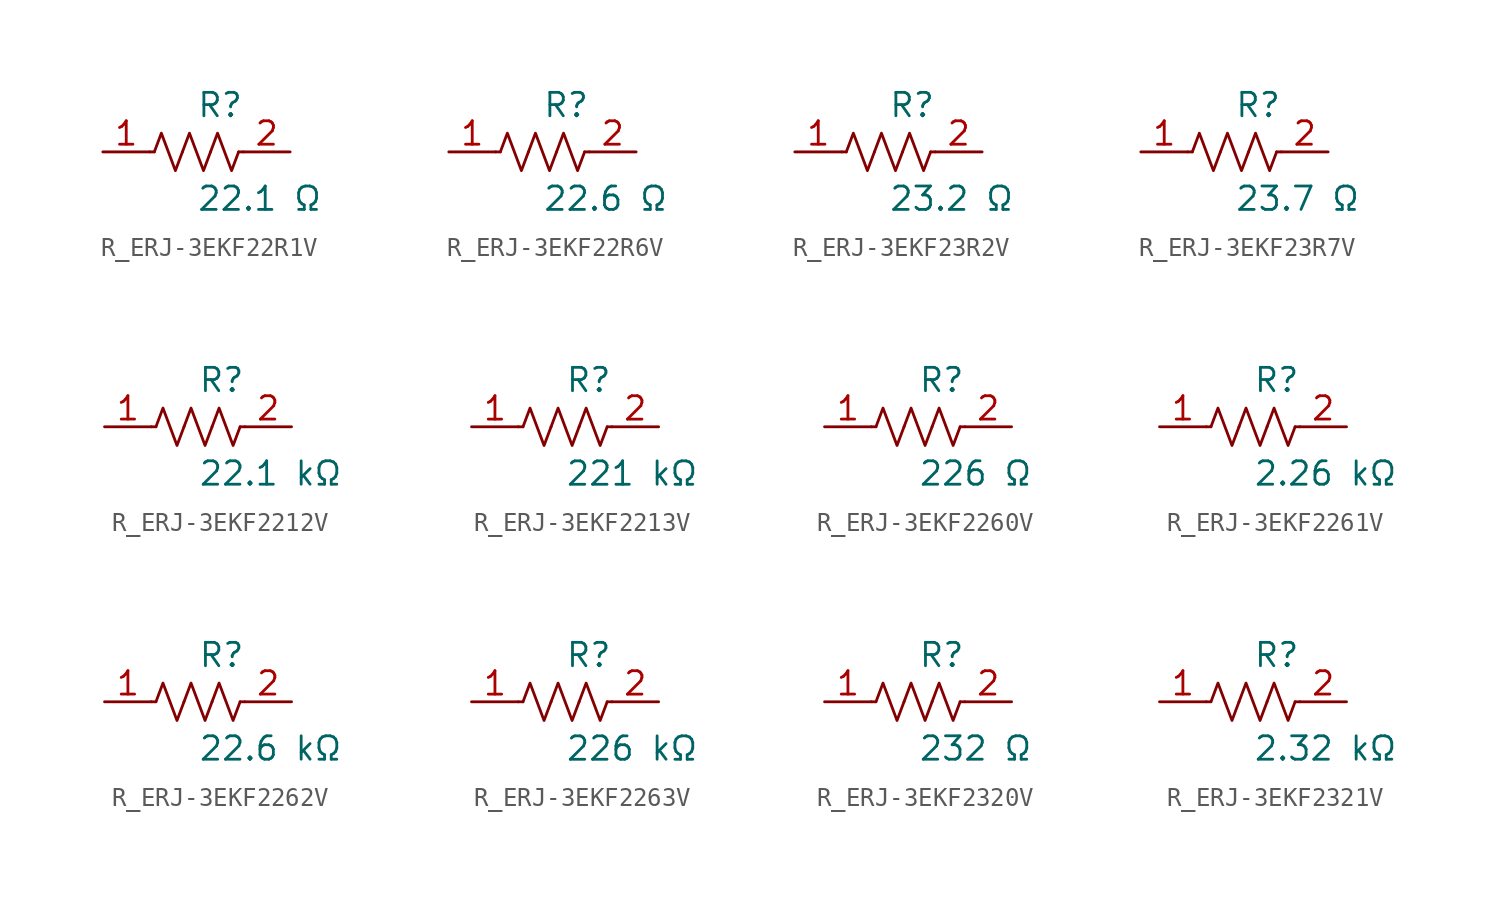
<source format=kicad_sym>
(kicad_symbol_lib
  (version 20231120)
  (generator "kicad_symbol_editor")
  (generator_version "8.0")
  (symbol "R_ERJ-3EKF22R1V"
    (pin_names
      (offset 0.254))
    (property "Reference" "R"
      (at 0 2.54 0)
      (effects (font (size 1.27 1.27)) (justify left)))
    (property "Value" "22.1 Ω"
      (at 0 -2.54 0)
      (effects (font (size 1.27 1.27)) (justify left)))
    (symbol "R_ERJ-3EKF22R1V_0_1"
      (polyline (pts (xy 2.286 0) (xy 2.54 0)) (stroke (width 0) (type default)) (fill (type none)))
      (polyline (pts (xy -2.286 0) (xy -2.54 0)) (stroke (width 0) (type default)) (fill (type none)))
      (polyline (pts (xy 0.762 0) (xy 1.143 1.016) (xy 1.524 0) (xy 1.905 -1.016) (xy 2.286 0)) (stroke (width 0) (type default)) (fill (type none)))
      (polyline (pts (xy -0.762 0) (xy -0.381 1.016) (xy 0 0) (xy 0.381 -1.016) (xy 0.762 0)) (stroke (width 0) (type default)) (fill (type none)))
      (polyline (pts (xy -2.286 0) (xy -1.905 1.016) (xy -1.524 0) (xy -1.143 -1.016) (xy -0.762 0)) (stroke (width 0) (type default)) (fill (type none))))
    (pin unspecified line
      (at -5.08 0 0)
      (length 2.54)
      (name "" (effects (font (size 1.27 1.27))))
      (number "1" (effects (font (size 1.27 1.27)))))
    (pin unspecified line
      (at 5.08 0 180)
      (length 2.54)
      (name "" (effects (font (size 1.27 1.27))))
      (number "2" (effects (font (size 1.27 1.27))))))
  (symbol "R_ERJ-3EKF22R6V"
    (pin_names
      (offset 0.254))
    (property "Reference" "R"
      (at 0 2.54 0)
      (effects (font (size 1.27 1.27)) (justify left)))
    (property "Value" "22.6 Ω"
      (at 0 -2.54 0)
      (effects (font (size 1.27 1.27)) (justify left)))
    (symbol "R_ERJ-3EKF22R6V_0_1"
      (polyline (pts (xy 2.286 0) (xy 2.54 0)) (stroke (width 0) (type default)) (fill (type none)))
      (polyline (pts (xy -2.286 0) (xy -2.54 0)) (stroke (width 0) (type default)) (fill (type none)))
      (polyline (pts (xy 0.762 0) (xy 1.143 1.016) (xy 1.524 0) (xy 1.905 -1.016) (xy 2.286 0)) (stroke (width 0) (type default)) (fill (type none)))
      (polyline (pts (xy -0.762 0) (xy -0.381 1.016) (xy 0 0) (xy 0.381 -1.016) (xy 0.762 0)) (stroke (width 0) (type default)) (fill (type none)))
      (polyline (pts (xy -2.286 0) (xy -1.905 1.016) (xy -1.524 0) (xy -1.143 -1.016) (xy -0.762 0)) (stroke (width 0) (type default)) (fill (type none))))
    (pin unspecified line
      (at -5.08 0 0)
      (length 2.54)
      (name "" (effects (font (size 1.27 1.27))))
      (number "1" (effects (font (size 1.27 1.27)))))
    (pin unspecified line
      (at 5.08 0 180)
      (length 2.54)
      (name "" (effects (font (size 1.27 1.27))))
      (number "2" (effects (font (size 1.27 1.27))))))
  (symbol "R_ERJ-3EKF23R2V"
    (pin_names
      (offset 0.254))
    (property "Reference" "R"
      (at 0 2.54 0)
      (effects (font (size 1.27 1.27)) (justify left)))
    (property "Value" "23.2 Ω"
      (at 0 -2.54 0)
      (effects (font (size 1.27 1.27)) (justify left)))
    (symbol "R_ERJ-3EKF23R2V_0_1"
      (polyline (pts (xy 2.286 0) (xy 2.54 0)) (stroke (width 0) (type default)) (fill (type none)))
      (polyline (pts (xy -2.286 0) (xy -2.54 0)) (stroke (width 0) (type default)) (fill (type none)))
      (polyline (pts (xy 0.762 0) (xy 1.143 1.016) (xy 1.524 0) (xy 1.905 -1.016) (xy 2.286 0)) (stroke (width 0) (type default)) (fill (type none)))
      (polyline (pts (xy -0.762 0) (xy -0.381 1.016) (xy 0 0) (xy 0.381 -1.016) (xy 0.762 0)) (stroke (width 0) (type default)) (fill (type none)))
      (polyline (pts (xy -2.286 0) (xy -1.905 1.016) (xy -1.524 0) (xy -1.143 -1.016) (xy -0.762 0)) (stroke (width 0) (type default)) (fill (type none))))
    (pin unspecified line
      (at -5.08 0 0)
      (length 2.54)
      (name "" (effects (font (size 1.27 1.27))))
      (number "1" (effects (font (size 1.27 1.27)))))
    (pin unspecified line
      (at 5.08 0 180)
      (length 2.54)
      (name "" (effects (font (size 1.27 1.27))))
      (number "2" (effects (font (size 1.27 1.27))))))
  (symbol "R_ERJ-3EKF23R7V"
    (pin_names
      (offset 0.254))
    (property "Reference" "R"
      (at 0 2.54 0)
      (effects (font (size 1.27 1.27)) (justify left)))
    (property "Value" "23.7 Ω"
      (at 0 -2.54 0)
      (effects (font (size 1.27 1.27)) (justify left)))
    (symbol "R_ERJ-3EKF23R7V_0_1"
      (polyline (pts (xy 2.286 0) (xy 2.54 0)) (stroke (width 0) (type default)) (fill (type none)))
      (polyline (pts (xy -2.286 0) (xy -2.54 0)) (stroke (width 0) (type default)) (fill (type none)))
      (polyline (pts (xy 0.762 0) (xy 1.143 1.016) (xy 1.524 0) (xy 1.905 -1.016) (xy 2.286 0)) (stroke (width 0) (type default)) (fill (type none)))
      (polyline (pts (xy -0.762 0) (xy -0.381 1.016) (xy 0 0) (xy 0.381 -1.016) (xy 0.762 0)) (stroke (width 0) (type default)) (fill (type none)))
      (polyline (pts (xy -2.286 0) (xy -1.905 1.016) (xy -1.524 0) (xy -1.143 -1.016) (xy -0.762 0)) (stroke (width 0) (type default)) (fill (type none))))
    (pin unspecified line
      (at -5.08 0 0)
      (length 2.54)
      (name "" (effects (font (size 1.27 1.27))))
      (number "1" (effects (font (size 1.27 1.27)))))
    (pin unspecified line
      (at 5.08 0 180)
      (length 2.54)
      (name "" (effects (font (size 1.27 1.27))))
      (number "2" (effects (font (size 1.27 1.27))))))
  (symbol "R_ERJ-3EKF2212V"
    (pin_names
      (offset 0.254))
    (property "Reference" "R"
      (at 0 2.54 0)
      (effects (font (size 1.27 1.27)) (justify left)))
    (property "Value" "22.1 kΩ"
      (at 0 -2.54 0)
      (effects (font (size 1.27 1.27)) (justify left)))
    (symbol "R_ERJ-3EKF2212V_0_1"
      (polyline (pts (xy 2.286 0) (xy 2.54 0)) (stroke (width 0) (type default)) (fill (type none)))
      (polyline (pts (xy -2.286 0) (xy -2.54 0)) (stroke (width 0) (type default)) (fill (type none)))
      (polyline (pts (xy 0.762 0) (xy 1.143 1.016) (xy 1.524 0) (xy 1.905 -1.016) (xy 2.286 0)) (stroke (width 0) (type default)) (fill (type none)))
      (polyline (pts (xy -0.762 0) (xy -0.381 1.016) (xy 0 0) (xy 0.381 -1.016) (xy 0.762 0)) (stroke (width 0) (type default)) (fill (type none)))
      (polyline (pts (xy -2.286 0) (xy -1.905 1.016) (xy -1.524 0) (xy -1.143 -1.016) (xy -0.762 0)) (stroke (width 0) (type default)) (fill (type none))))
    (pin unspecified line
      (at -5.08 0 0)
      (length 2.54)
      (name "" (effects (font (size 1.27 1.27))))
      (number "1" (effects (font (size 1.27 1.27)))))
    (pin unspecified line
      (at 5.08 0 180)
      (length 2.54)
      (name "" (effects (font (size 1.27 1.27))))
      (number "2" (effects (font (size 1.27 1.27))))))
  (symbol "R_ERJ-3EKF2213V"
    (pin_names
      (offset 0.254))
    (property "Reference" "R"
      (at 0 2.54 0)
      (effects (font (size 1.27 1.27)) (justify left)))
    (property "Value" "221 kΩ"
      (at 0 -2.54 0)
      (effects (font (size 1.27 1.27)) (justify left)))
    (symbol "R_ERJ-3EKF2213V_0_1"
      (polyline (pts (xy 2.286 0) (xy 2.54 0)) (stroke (width 0) (type default)) (fill (type none)))
      (polyline (pts (xy -2.286 0) (xy -2.54 0)) (stroke (width 0) (type default)) (fill (type none)))
      (polyline (pts (xy 0.762 0) (xy 1.143 1.016) (xy 1.524 0) (xy 1.905 -1.016) (xy 2.286 0)) (stroke (width 0) (type default)) (fill (type none)))
      (polyline (pts (xy -0.762 0) (xy -0.381 1.016) (xy 0 0) (xy 0.381 -1.016) (xy 0.762 0)) (stroke (width 0) (type default)) (fill (type none)))
      (polyline (pts (xy -2.286 0) (xy -1.905 1.016) (xy -1.524 0) (xy -1.143 -1.016) (xy -0.762 0)) (stroke (width 0) (type default)) (fill (type none))))
    (pin unspecified line
      (at -5.08 0 0)
      (length 2.54)
      (name "" (effects (font (size 1.27 1.27))))
      (number "1" (effects (font (size 1.27 1.27)))))
    (pin unspecified line
      (at 5.08 0 180)
      (length 2.54)
      (name "" (effects (font (size 1.27 1.27))))
      (number "2" (effects (font (size 1.27 1.27))))))
  (symbol "R_ERJ-3EKF2260V"
    (pin_names
      (offset 0.254))
    (property "Reference" "R"
      (at 0 2.54 0)
      (effects (font (size 1.27 1.27)) (justify left)))
    (property "Value" "226 Ω"
      (at 0 -2.54 0)
      (effects (font (size 1.27 1.27)) (justify left)))
    (symbol "R_ERJ-3EKF2260V_0_1"
      (polyline (pts (xy 2.286 0) (xy 2.54 0)) (stroke (width 0) (type default)) (fill (type none)))
      (polyline (pts (xy -2.286 0) (xy -2.54 0)) (stroke (width 0) (type default)) (fill (type none)))
      (polyline (pts (xy 0.762 0) (xy 1.143 1.016) (xy 1.524 0) (xy 1.905 -1.016) (xy 2.286 0)) (stroke (width 0) (type default)) (fill (type none)))
      (polyline (pts (xy -0.762 0) (xy -0.381 1.016) (xy 0 0) (xy 0.381 -1.016) (xy 0.762 0)) (stroke (width 0) (type default)) (fill (type none)))
      (polyline (pts (xy -2.286 0) (xy -1.905 1.016) (xy -1.524 0) (xy -1.143 -1.016) (xy -0.762 0)) (stroke (width 0) (type default)) (fill (type none))))
    (pin unspecified line
      (at -5.08 0 0)
      (length 2.54)
      (name "" (effects (font (size 1.27 1.27))))
      (number "1" (effects (font (size 1.27 1.27)))))
    (pin unspecified line
      (at 5.08 0 180)
      (length 2.54)
      (name "" (effects (font (size 1.27 1.27))))
      (number "2" (effects (font (size 1.27 1.27))))))
  (symbol "R_ERJ-3EKF2261V"
    (pin_names
      (offset 0.254))
    (property "Reference" "R"
      (at 0 2.54 0)
      (effects (font (size 1.27 1.27)) (justify left)))
    (property "Value" "2.26 kΩ"
      (at 0 -2.54 0)
      (effects (font (size 1.27 1.27)) (justify left)))
    (symbol "R_ERJ-3EKF2261V_0_1"
      (polyline (pts (xy 2.286 0) (xy 2.54 0)) (stroke (width 0) (type default)) (fill (type none)))
      (polyline (pts (xy -2.286 0) (xy -2.54 0)) (stroke (width 0) (type default)) (fill (type none)))
      (polyline (pts (xy 0.762 0) (xy 1.143 1.016) (xy 1.524 0) (xy 1.905 -1.016) (xy 2.286 0)) (stroke (width 0) (type default)) (fill (type none)))
      (polyline (pts (xy -0.762 0) (xy -0.381 1.016) (xy 0 0) (xy 0.381 -1.016) (xy 0.762 0)) (stroke (width 0) (type default)) (fill (type none)))
      (polyline (pts (xy -2.286 0) (xy -1.905 1.016) (xy -1.524 0) (xy -1.143 -1.016) (xy -0.762 0)) (stroke (width 0) (type default)) (fill (type none))))
    (pin unspecified line
      (at -5.08 0 0)
      (length 2.54)
      (name "" (effects (font (size 1.27 1.27))))
      (number "1" (effects (font (size 1.27 1.27)))))
    (pin unspecified line
      (at 5.08 0 180)
      (length 2.54)
      (name "" (effects (font (size 1.27 1.27))))
      (number "2" (effects (font (size 1.27 1.27))))))
  (symbol "R_ERJ-3EKF2262V"
    (pin_names
      (offset 0.254))
    (property "Reference" "R"
      (at 0 2.54 0)
      (effects (font (size 1.27 1.27)) (justify left)))
    (property "Value" "22.6 kΩ"
      (at 0 -2.54 0)
      (effects (font (size 1.27 1.27)) (justify left)))
    (symbol "R_ERJ-3EKF2262V_0_1"
      (polyline (pts (xy 2.286 0) (xy 2.54 0)) (stroke (width 0) (type default)) (fill (type none)))
      (polyline (pts (xy -2.286 0) (xy -2.54 0)) (stroke (width 0) (type default)) (fill (type none)))
      (polyline (pts (xy 0.762 0) (xy 1.143 1.016) (xy 1.524 0) (xy 1.905 -1.016) (xy 2.286 0)) (stroke (width 0) (type default)) (fill (type none)))
      (polyline (pts (xy -0.762 0) (xy -0.381 1.016) (xy 0 0) (xy 0.381 -1.016) (xy 0.762 0)) (stroke (width 0) (type default)) (fill (type none)))
      (polyline (pts (xy -2.286 0) (xy -1.905 1.016) (xy -1.524 0) (xy -1.143 -1.016) (xy -0.762 0)) (stroke (width 0) (type default)) (fill (type none))))
    (pin unspecified line
      (at -5.08 0 0)
      (length 2.54)
      (name "" (effects (font (size 1.27 1.27))))
      (number "1" (effects (font (size 1.27 1.27)))))
    (pin unspecified line
      (at 5.08 0 180)
      (length 2.54)
      (name "" (effects (font (size 1.27 1.27))))
      (number "2" (effects (font (size 1.27 1.27))))))
  (symbol "R_ERJ-3EKF2263V"
    (pin_names
      (offset 0.254))
    (property "Reference" "R"
      (at 0 2.54 0)
      (effects (font (size 1.27 1.27)) (justify left)))
    (property "Value" "226 kΩ"
      (at 0 -2.54 0)
      (effects (font (size 1.27 1.27)) (justify left)))
    (symbol "R_ERJ-3EKF2263V_0_1"
      (polyline (pts (xy 2.286 0) (xy 2.54 0)) (stroke (width 0) (type default)) (fill (type none)))
      (polyline (pts (xy -2.286 0) (xy -2.54 0)) (stroke (width 0) (type default)) (fill (type none)))
      (polyline (pts (xy 0.762 0) (xy 1.143 1.016) (xy 1.524 0) (xy 1.905 -1.016) (xy 2.286 0)) (stroke (width 0) (type default)) (fill (type none)))
      (polyline (pts (xy -0.762 0) (xy -0.381 1.016) (xy 0 0) (xy 0.381 -1.016) (xy 0.762 0)) (stroke (width 0) (type default)) (fill (type none)))
      (polyline (pts (xy -2.286 0) (xy -1.905 1.016) (xy -1.524 0) (xy -1.143 -1.016) (xy -0.762 0)) (stroke (width 0) (type default)) (fill (type none))))
    (pin unspecified line
      (at -5.08 0 0)
      (length 2.54)
      (name "" (effects (font (size 1.27 1.27))))
      (number "1" (effects (font (size 1.27 1.27)))))
    (pin unspecified line
      (at 5.08 0 180)
      (length 2.54)
      (name "" (effects (font (size 1.27 1.27))))
      (number "2" (effects (font (size 1.27 1.27))))))
  (symbol "R_ERJ-3EKF2320V"
    (pin_names
      (offset 0.254))
    (property "Reference" "R"
      (at 0 2.54 0)
      (effects (font (size 1.27 1.27)) (justify left)))
    (property "Value" "232 Ω"
      (at 0 -2.54 0)
      (effects (font (size 1.27 1.27)) (justify left)))
    (symbol "R_ERJ-3EKF2320V_0_1"
      (polyline (pts (xy 2.286 0) (xy 2.54 0)) (stroke (width 0) (type default)) (fill (type none)))
      (polyline (pts (xy -2.286 0) (xy -2.54 0)) (stroke (width 0) (type default)) (fill (type none)))
      (polyline (pts (xy 0.762 0) (xy 1.143 1.016) (xy 1.524 0) (xy 1.905 -1.016) (xy 2.286 0)) (stroke (width 0) (type default)) (fill (type none)))
      (polyline (pts (xy -0.762 0) (xy -0.381 1.016) (xy 0 0) (xy 0.381 -1.016) (xy 0.762 0)) (stroke (width 0) (type default)) (fill (type none)))
      (polyline (pts (xy -2.286 0) (xy -1.905 1.016) (xy -1.524 0) (xy -1.143 -1.016) (xy -0.762 0)) (stroke (width 0) (type default)) (fill (type none))))
    (pin unspecified line
      (at -5.08 0 0)
      (length 2.54)
      (name "" (effects (font (size 1.27 1.27))))
      (number "1" (effects (font (size 1.27 1.27)))))
    (pin unspecified line
      (at 5.08 0 180)
      (length 2.54)
      (name "" (effects (font (size 1.27 1.27))))
      (number "2" (effects (font (size 1.27 1.27))))))
  (symbol "R_ERJ-3EKF2321V"
    (pin_names
      (offset 0.254))
    (property "Reference" "R"
      (at 0 2.54 0)
      (effects (font (size 1.27 1.27)) (justify left)))
    (property "Value" "2.32 kΩ"
      (at 0 -2.54 0)
      (effects (font (size 1.27 1.27)) (justify left)))
    (symbol "R_ERJ-3EKF2321V_0_1"
      (polyline (pts (xy 2.286 0) (xy 2.54 0)) (stroke (width 0) (type default)) (fill (type none)))
      (polyline (pts (xy -2.286 0) (xy -2.54 0)) (stroke (width 0) (type default)) (fill (type none)))
      (polyline (pts (xy 0.762 0) (xy 1.143 1.016) (xy 1.524 0) (xy 1.905 -1.016) (xy 2.286 0)) (stroke (width 0) (type default)) (fill (type none)))
      (polyline (pts (xy -0.762 0) (xy -0.381 1.016) (xy 0 0) (xy 0.381 -1.016) (xy 0.762 0)) (stroke (width 0) (type default)) (fill (type none)))
      (polyline (pts (xy -2.286 0) (xy -1.905 1.016) (xy -1.524 0) (xy -1.143 -1.016) (xy -0.762 0)) (stroke (width 0) (type default)) (fill (type none))))
    (pin unspecified line
      (at -5.08 0 0)
      (length 2.54)
      (name "" (effects (font (size 1.27 1.27))))
      (number "1" (effects (font (size 1.27 1.27)))))
    (pin unspecified line
      (at 5.08 0 180)
      (length 2.54)
      (name "" (effects (font (size 1.27 1.27))))
      (number "2" (effects (font (size 1.27 1.27)))))))
</source>
